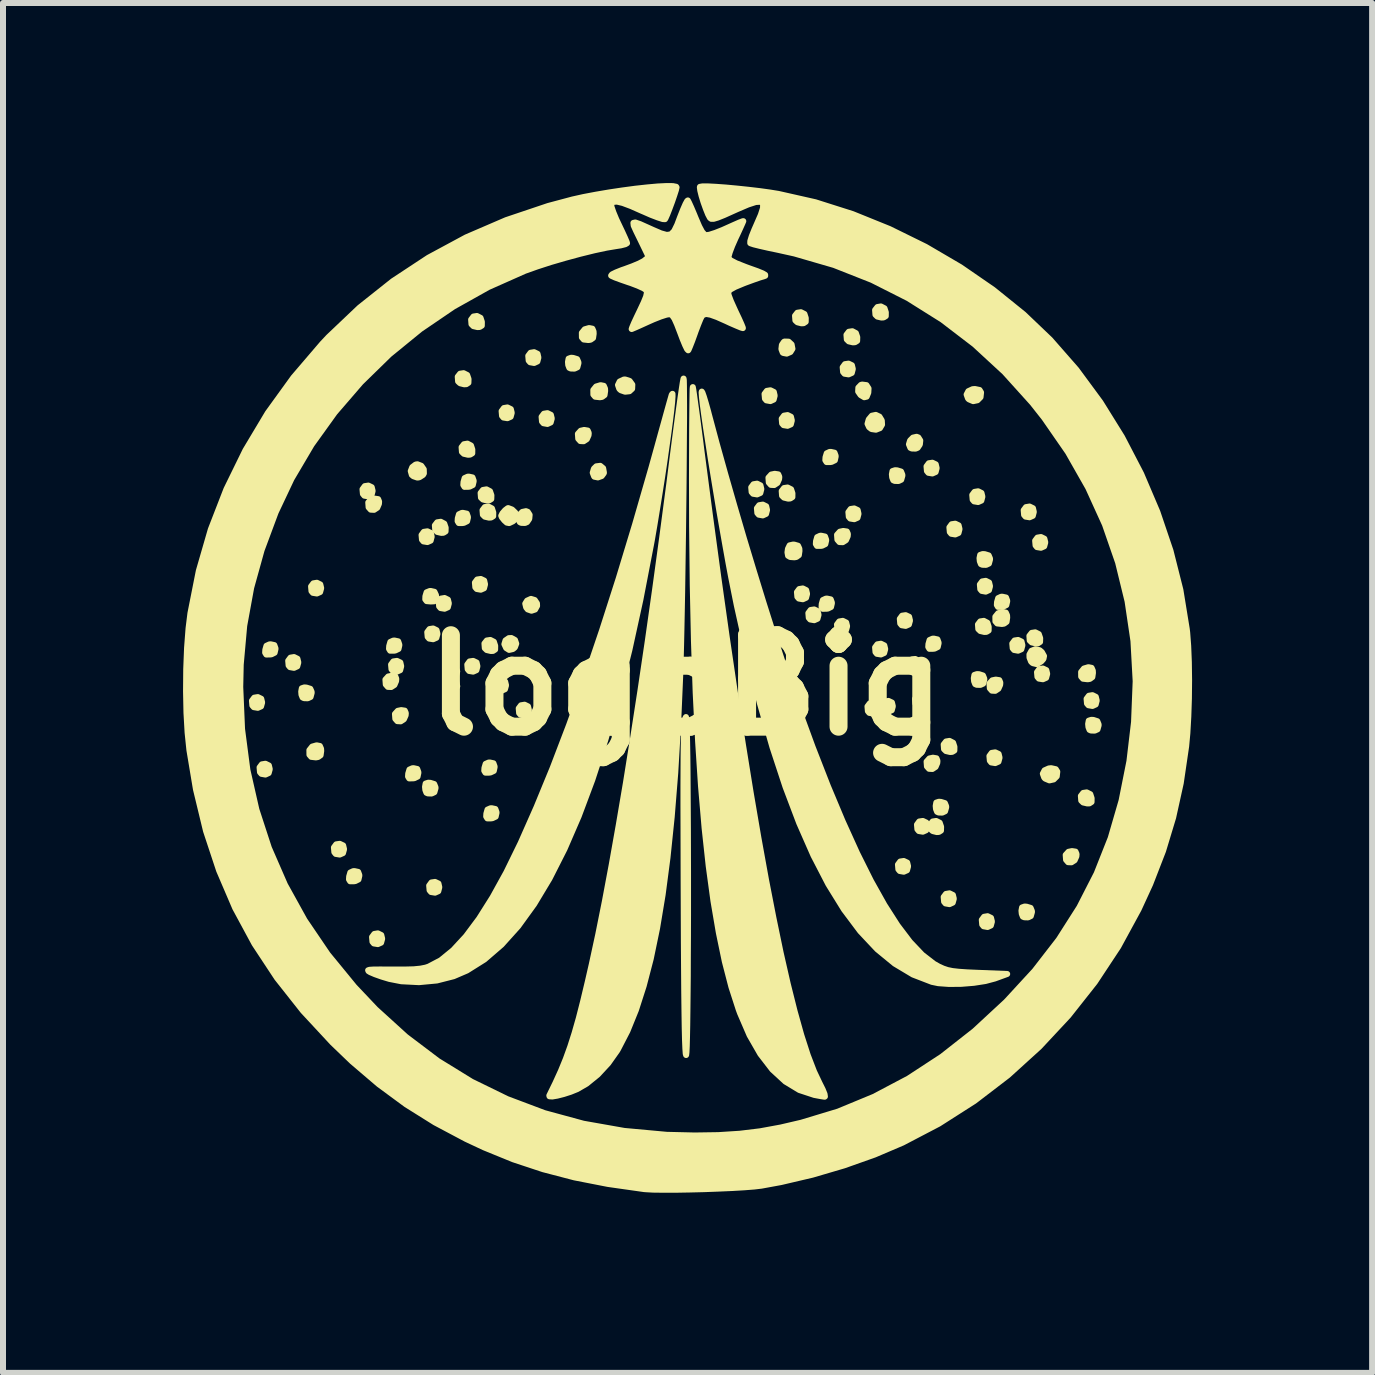
<source format=kicad_pcb>
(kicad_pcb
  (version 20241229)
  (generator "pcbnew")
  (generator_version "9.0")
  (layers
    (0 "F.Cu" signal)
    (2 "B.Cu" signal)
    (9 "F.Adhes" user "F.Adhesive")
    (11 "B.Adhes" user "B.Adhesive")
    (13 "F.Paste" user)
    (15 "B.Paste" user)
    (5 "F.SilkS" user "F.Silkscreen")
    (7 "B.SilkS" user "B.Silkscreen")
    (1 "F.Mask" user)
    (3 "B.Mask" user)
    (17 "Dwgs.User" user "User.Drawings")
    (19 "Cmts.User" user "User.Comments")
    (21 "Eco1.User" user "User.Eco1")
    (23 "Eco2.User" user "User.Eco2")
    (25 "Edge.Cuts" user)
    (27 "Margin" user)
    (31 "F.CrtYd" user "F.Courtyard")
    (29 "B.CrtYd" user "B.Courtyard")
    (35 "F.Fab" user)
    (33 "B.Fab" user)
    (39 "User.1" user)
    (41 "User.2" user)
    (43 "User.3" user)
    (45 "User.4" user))
  (footprint "logoBig"
    (layer "F.Cu")
    (at 8.382 8.369)
    (property "Reference" "logoBig" (at 0 0 0) (layer "F.SilkS") (effects (font (size 1.524 1.524) (thickness 0.3))))
    (attr through_hole)
    (fp_poly (pts (xy -7.064 0.286) (xy -7.082 0.351) (xy -7.136 0.375) (xy -7.203 0.364) (xy -7.227 0.336) (xy -7.234 0.257) (xy -7.196 0.206) (xy -7.136 0.196) (xy -7.079 0.224) (xy -7.064 0.286)) (stroke (width 0.1) (type solid)) (fill yes) (layer "F.SilkS"))
    (fp_poly (pts (xy -6.937 1.397) (xy -6.955 1.462) (xy -7.009 1.487) (xy -7.076 1.475) (xy -7.1 1.447) (xy -7.107 1.368) (xy -7.069 1.317) (xy -7.009 1.307) (xy -6.952 1.335) (xy -6.937 1.397)) (stroke (width 0.1) (type solid)) (fill yes) (layer "F.SilkS"))
    (fp_poly (pts (xy -6.461 -0.381) (xy -6.479 -0.316) (xy -6.533 -0.291) (xy -6.6 -0.303) (xy -6.623 -0.331) (xy -6.63 -0.41) (xy -6.592 -0.461) (xy -6.533 -0.471) (xy -6.476 -0.443) (xy -6.461 -0.381)) (stroke (width 0.1) (type solid)) (fill yes) (layer "F.SilkS"))
    (fp_poly (pts (xy -6.08 -1.619) (xy -6.098 -1.554) (xy -6.152 -1.53) (xy -6.219 -1.541) (xy -6.242 -1.569) (xy -6.249 -1.648) (xy -6.211 -1.699) (xy -6.152 -1.709) (xy -6.095 -1.681) (xy -6.08 -1.619)) (stroke (width 0.1) (type solid)) (fill yes) (layer "F.SilkS"))
    (fp_poly (pts (xy -5.699 2.731) (xy -5.717 2.796) (xy -5.771 2.82) (xy -5.838 2.809) (xy -5.861 2.78) (xy -5.868 2.702) (xy -5.83 2.65) (xy -5.771 2.641) (xy -5.714 2.668) (xy -5.699 2.731)) (stroke (width 0.1) (type solid)) (fill yes) (layer "F.SilkS"))
    (fp_poly (pts (xy -5.223 -3.239) (xy -5.24 -3.173) (xy -5.294 -3.149) (xy -5.361 -3.16) (xy -5.385 -3.189) (xy -5.392 -3.267) (xy -5.354 -3.319) (xy -5.294 -3.328) (xy -5.238 -3.301) (xy -5.223 -3.239)) (stroke (width 0.1) (type solid)) (fill yes) (layer "F.SilkS"))
    (fp_poly (pts (xy -5.064 4.223) (xy -5.082 4.288) (xy -5.136 4.312) (xy -5.203 4.301) (xy -5.226 4.273) (xy -5.233 4.194) (xy -5.195 4.143) (xy -5.136 4.133) (xy -5.079 4.161) (xy -5.064 4.223)) (stroke (width 0.1) (type solid)) (fill yes) (layer "F.SilkS"))
    (fp_poly (pts (xy -4.747 -0.318) (xy -4.764 -0.252) (xy -4.818 -0.228) (xy -4.885 -0.239) (xy -4.909 -0.268) (xy -4.916 -0.346) (xy -4.878 -0.398) (xy -4.818 -0.407) (xy -4.761 -0.38) (xy -4.747 -0.318)) (stroke (width 0.1) (type solid)) (fill yes) (layer "F.SilkS"))
    (fp_poly (pts (xy -4.239 -2.477) (xy -4.256 -2.411) (xy -4.31 -2.387) (xy -4.377 -2.398) (xy -4.401 -2.427) (xy -4.408 -2.505) (xy -4.37 -2.557) (xy -4.31 -2.566) (xy -4.253 -2.539) (xy -4.239 -2.477)) (stroke (width 0.1) (type solid)) (fill yes) (layer "F.SilkS"))
    (fp_poly (pts (xy -4.143 -0.857) (xy -4.161 -0.792) (xy -4.215 -0.768) (xy -4.282 -0.779) (xy -4.306 -0.807) (xy -4.313 -0.886) (xy -4.275 -0.937) (xy -4.215 -0.947) (xy -4.158 -0.919) (xy -4.143 -0.857)) (stroke (width 0.1) (type solid)) (fill yes) (layer "F.SilkS"))
    (fp_poly (pts (xy -4.112 3.365) (xy -4.129 3.431) (xy -4.183 3.455) (xy -4.25 3.444) (xy -4.274 3.415) (xy -4.281 3.337) (xy -4.243 3.285) (xy -4.183 3.276) (xy -4.126 3.303) (xy -4.112 3.365)) (stroke (width 0.1) (type solid)) (fill yes) (layer "F.SilkS"))
    (fp_poly (pts (xy -3.953 -1.365) (xy -3.97 -1.3) (xy -4.024 -1.276) (xy -4.091 -1.287) (xy -4.115 -1.315) (xy -4.122 -1.394) (xy -4.084 -1.445) (xy -4.024 -1.455) (xy -3.968 -1.427) (xy -3.953 -1.365)) (stroke (width 0.1) (type solid)) (fill yes) (layer "F.SilkS"))
    (fp_poly (pts (xy -3.477 -0.318) (xy -3.494 -0.252) (xy -3.548 -0.228) (xy -3.615 -0.239) (xy -3.639 -0.268) (xy -3.646 -0.346) (xy -3.608 -0.398) (xy -3.548 -0.407) (xy -3.491 -0.38) (xy -3.477 -0.318)) (stroke (width 0.1) (type solid)) (fill yes) (layer "F.SilkS"))
    (fp_poly (pts (xy -3.35 -1.683) (xy -3.367 -1.617) (xy -3.421 -1.593) (xy -3.488 -1.605) (xy -3.512 -1.633) (xy -3.519 -1.712) (xy -3.481 -1.763) (xy -3.421 -1.772) (xy -3.364 -1.745) (xy -3.35 -1.683)) (stroke (width 0.1) (type solid)) (fill yes) (layer "F.SilkS"))
    (fp_poly (pts (xy -3 0) (xy -3.018 0.065) (xy -3.072 0.09) (xy -3.139 0.078) (xy -3.163 0.05) (xy -3.17 -0.029) (xy -3.132 -0.08) (xy -3.072 -0.09) (xy -3.015 -0.062) (xy -3 0)) (stroke (width 0.1) (type solid)) (fill yes) (layer "F.SilkS"))
    (fp_poly (pts (xy -2.905 -4.54) (xy -2.923 -4.475) (xy -2.977 -4.451) (xy -3.044 -4.462) (xy -3.067 -4.49) (xy -3.074 -4.569) (xy -3.036 -4.62) (xy -2.977 -4.63) (xy -2.92 -4.602) (xy -2.905 -4.54)) (stroke (width 0.1) (type solid)) (fill yes) (layer "F.SilkS"))
    (fp_poly (pts (xy -2.619 0.413) (xy -2.637 0.478) (xy -2.691 0.502) (xy -2.758 0.491) (xy -2.782 0.463) (xy -2.789 0.384) (xy -2.751 0.333) (xy -2.691 0.323) (xy -2.634 0.351) (xy -2.619 0.413)) (stroke (width 0.1) (type solid)) (fill yes) (layer "F.SilkS"))
    (fp_poly (pts (xy -2.461 -5.461) (xy -2.478 -5.396) (xy -2.532 -5.371) (xy -2.599 -5.383) (xy -2.623 -5.411) (xy -2.63 -5.49) (xy -2.592 -5.541) (xy -2.532 -5.551) (xy -2.475 -5.523) (xy -2.461 -5.461)) (stroke (width 0.1) (type solid)) (fill yes) (layer "F.SilkS"))
    (fp_poly (pts (xy -2.238 -4.445) (xy -2.256 -4.38) (xy -2.31 -4.355) (xy -2.377 -4.367) (xy -2.401 -4.395) (xy -2.408 -4.474) (xy -2.37 -4.525) (xy -2.31 -4.535) (xy -2.253 -4.507) (xy -2.238 -4.445)) (stroke (width 0.1) (type solid)) (fill yes) (layer "F.SilkS"))
    (fp_poly (pts (xy 1.254 -3.27) (xy 1.237 -3.205) (xy 1.183 -3.181) (xy 1.116 -3.192) (xy 1.092 -3.22) (xy 1.085 -3.299) (xy 1.123 -3.35) (xy 1.183 -3.36) (xy 1.239 -3.332) (xy 1.254 -3.27)) (stroke (width 0.1) (type solid)) (fill yes) (layer "F.SilkS"))
    (fp_poly (pts (xy 1.349 -2.921) (xy 1.332 -2.856) (xy 1.278 -2.831) (xy 1.211 -2.843) (xy 1.187 -2.871) (xy 1.18 -2.95) (xy 1.218 -3.001) (xy 1.278 -3.011) (xy 1.335 -2.983) (xy 1.349 -2.921)) (stroke (width 0.1) (type solid)) (fill yes) (layer "F.SilkS"))
    (fp_poly (pts (xy 1.476 -4.826) (xy 1.459 -4.761) (xy 1.405 -4.736) (xy 1.338 -4.748) (xy 1.314 -4.776) (xy 1.307 -4.855) (xy 1.345 -4.906) (xy 1.405 -4.916) (xy 1.462 -4.888) (xy 1.476 -4.826)) (stroke (width 0.1) (type solid)) (fill yes) (layer "F.SilkS"))
    (fp_poly (pts (xy 1.762 -4.413) (xy 1.745 -4.348) (xy 1.691 -4.324) (xy 1.624 -4.335) (xy 1.6 -4.363) (xy 1.593 -4.442) (xy 1.631 -4.493) (xy 1.691 -4.503) (xy 1.747 -4.475) (xy 1.762 -4.413)) (stroke (width 0.1) (type solid)) (fill yes) (layer "F.SilkS"))
    (fp_poly (pts (xy 2.016 -1.524) (xy 1.999 -1.459) (xy 1.945 -1.434) (xy 1.878 -1.446) (xy 1.854 -1.474) (xy 1.847 -1.553) (xy 1.885 -1.604) (xy 1.945 -1.614) (xy 2.001 -1.586) (xy 2.016 -1.524)) (stroke (width 0.1) (type solid)) (fill yes) (layer "F.SilkS"))
    (fp_poly (pts (xy 2.207 -1.175) (xy 2.189 -1.109) (xy 2.135 -1.085) (xy 2.068 -1.097) (xy 2.044 -1.125) (xy 2.037 -1.204) (xy 2.075 -1.255) (xy 2.135 -1.264) (xy 2.192 -1.237) (xy 2.207 -1.175)) (stroke (width 0.1) (type solid)) (fill yes) (layer "F.SilkS"))
    (fp_poly (pts (xy 2.683 -0.984) (xy 2.665 -0.919) (xy 2.611 -0.895) (xy 2.544 -0.906) (xy 2.521 -0.934) (xy 2.514 -1.013) (xy 2.552 -1.064) (xy 2.611 -1.074) (xy 2.668 -1.046) (xy 2.683 -0.984)) (stroke (width 0.1) (type solid)) (fill yes) (layer "F.SilkS"))
    (fp_poly (pts (xy 2.778 -5.271) (xy 2.761 -5.205) (xy 2.707 -5.181) (xy 2.64 -5.192) (xy 2.616 -5.221) (xy 2.609 -5.299) (xy 2.647 -5.351) (xy 2.707 -5.36) (xy 2.763 -5.333) (xy 2.778 -5.271)) (stroke (width 0.1) (type solid)) (fill yes) (layer "F.SilkS"))
    (fp_poly (pts (xy 2.873 -2.857) (xy 2.856 -2.792) (xy 2.802 -2.768) (xy 2.735 -2.779) (xy 2.711 -2.808) (xy 2.704 -2.886) (xy 2.742 -2.938) (xy 2.802 -2.947) (xy 2.859 -2.92) (xy 2.873 -2.857)) (stroke (width 0.1) (type solid)) (fill yes) (layer "F.SilkS"))
    (fp_poly (pts (xy 3.191 0.381) (xy 3.173 0.446) (xy 3.119 0.471) (xy 3.052 0.459) (xy 3.029 0.431) (xy 3.022 0.352) (xy 3.06 0.301) (xy 3.119 0.291) (xy 3.176 0.319) (xy 3.191 0.381)) (stroke (width 0.1) (type solid)) (fill yes) (layer "F.SilkS"))
    (fp_poly (pts (xy 3.318 -0.603) (xy 3.3 -0.538) (xy 3.246 -0.514) (xy 3.179 -0.525) (xy 3.156 -0.553) (xy 3.149 -0.632) (xy 3.187 -0.683) (xy 3.246 -0.693) (xy 3.303 -0.665) (xy 3.318 -0.603)) (stroke (width 0.1) (type solid)) (fill yes) (layer "F.SilkS"))
    (fp_poly (pts (xy 3.445 0.349) (xy 3.427 0.415) (xy 3.373 0.439) (xy 3.306 0.427) (xy 3.283 0.399) (xy 3.276 0.32) (xy 3.314 0.269) (xy 3.373 0.26) (xy 3.43 0.287) (xy 3.445 0.349)) (stroke (width 0.1) (type solid)) (fill yes) (layer "F.SilkS"))
    (fp_poly (pts (xy 3.699 3.016) (xy 3.681 3.082) (xy 3.627 3.106) (xy 3.56 3.094) (xy 3.537 3.066) (xy 3.53 2.987) (xy 3.568 2.936) (xy 3.627 2.927) (xy 3.684 2.954) (xy 3.699 3.016)) (stroke (width 0.1) (type solid)) (fill yes) (layer "F.SilkS"))
    (fp_poly (pts (xy 3.731 -1.079) (xy 3.713 -1.014) (xy 3.659 -0.99) (xy 3.592 -1.001) (xy 3.568 -1.03) (xy 3.561 -1.108) (xy 3.599 -1.16) (xy 3.659 -1.169) (xy 3.716 -1.142) (xy 3.731 -1.079)) (stroke (width 0.1) (type solid)) (fill yes) (layer "F.SilkS"))
    (fp_poly (pts (xy 3.889 -0.349) (xy 3.872 -0.284) (xy 3.818 -0.26) (xy 3.751 -0.271) (xy 3.727 -0.299) (xy 3.72 -0.378) (xy 3.758 -0.429) (xy 3.818 -0.439) (xy 3.875 -0.411) (xy 3.889 -0.349)) (stroke (width 0.1) (type solid)) (fill yes) (layer "F.SilkS"))
    (fp_poly (pts (xy 3.985 0.254) (xy 3.967 0.319) (xy 3.913 0.344) (xy 3.846 0.332) (xy 3.822 0.304) (xy 3.815 0.225) (xy 3.853 0.174) (xy 3.913 0.164) (xy 3.97 0.192) (xy 3.985 0.254)) (stroke (width 0.1) (type solid)) (fill yes) (layer "F.SilkS"))
    (fp_poly (pts (xy 4.016 2.349) (xy 3.999 2.415) (xy 3.945 2.439) (xy 3.878 2.428) (xy 3.854 2.399) (xy 3.847 2.321) (xy 3.885 2.269) (xy 3.945 2.26) (xy 4.002 2.287) (xy 4.016 2.349)) (stroke (width 0.1) (type solid)) (fill yes) (layer "F.SilkS"))
    (fp_poly (pts (xy 4.175 -3.619) (xy 4.158 -3.554) (xy 4.104 -3.53) (xy 4.037 -3.541) (xy 4.013 -3.57) (xy 4.006 -3.648) (xy 4.044 -3.7) (xy 4.104 -3.709) (xy 4.16 -3.682) (xy 4.175 -3.619)) (stroke (width 0.1) (type solid)) (fill yes) (layer "F.SilkS"))
    (fp_poly (pts (xy 4.461 3.556) (xy 4.443 3.621) (xy 4.389 3.646) (xy 4.322 3.634) (xy 4.299 3.606) (xy 4.292 3.527) (xy 4.33 3.476) (xy 4.389 3.466) (xy 4.446 3.494) (xy 4.461 3.556)) (stroke (width 0.1) (type solid)) (fill yes) (layer "F.SilkS"))
    (fp_poly (pts (xy 4.556 -2.603) (xy 4.539 -2.538) (xy 4.485 -2.514) (xy 4.418 -2.525) (xy 4.394 -2.554) (xy 4.387 -2.632) (xy 4.425 -2.684) (xy 4.485 -2.693) (xy 4.541 -2.666) (xy 4.556 -2.603)) (stroke (width 0.1) (type solid)) (fill yes) (layer "F.SilkS"))
    (fp_poly (pts (xy 4.937 -3.143) (xy 4.92 -3.078) (xy 4.866 -3.054) (xy 4.799 -3.065) (xy 4.775 -3.093) (xy 4.768 -3.172) (xy 4.806 -3.223) (xy 4.866 -3.233) (xy 4.922 -3.205) (xy 4.937 -3.143)) (stroke (width 0.1) (type solid)) (fill yes) (layer "F.SilkS"))
    (fp_poly (pts (xy 5.064 -1.651) (xy 5.047 -1.586) (xy 4.993 -1.561) (xy 4.926 -1.573) (xy 4.902 -1.601) (xy 4.895 -1.68) (xy 4.933 -1.731) (xy 4.993 -1.741) (xy 5.049 -1.713) (xy 5.064 -1.651)) (stroke (width 0.1) (type solid)) (fill yes) (layer "F.SilkS"))
    (fp_poly (pts (xy 5.096 3.937) (xy 5.078 4.002) (xy 5.024 4.027) (xy 4.957 4.015) (xy 4.934 3.987) (xy 4.927 3.908) (xy 4.965 3.857) (xy 5.024 3.847) (xy 5.081 3.875) (xy 5.096 3.937)) (stroke (width 0.1) (type solid)) (fill yes) (layer "F.SilkS"))
    (fp_poly (pts (xy 5.223 1.206) (xy 5.205 1.272) (xy 5.151 1.296) (xy 5.084 1.285) (xy 5.061 1.256) (xy 5.054 1.178) (xy 5.092 1.126) (xy 5.151 1.117) (xy 5.208 1.144) (xy 5.223 1.206)) (stroke (width 0.1) (type solid)) (fill yes) (layer "F.SilkS"))
    (fp_poly (pts (xy 5.604 -0.667) (xy 5.586 -0.601) (xy 5.532 -0.577) (xy 5.465 -0.589) (xy 5.442 -0.617) (xy 5.435 -0.696) (xy 5.473 -0.747) (xy 5.532 -0.756) (xy 5.589 -0.729) (xy 5.604 -0.667)) (stroke (width 0.1) (type solid)) (fill yes) (layer "F.SilkS"))
    (fp_poly (pts (xy 5.794 -2.889) (xy 5.777 -2.824) (xy 5.723 -2.8) (xy 5.656 -2.811) (xy 5.632 -2.839) (xy 5.625 -2.918) (xy 5.663 -2.969) (xy 5.723 -2.979) (xy 5.78 -2.951) (xy 5.794 -2.889)) (stroke (width 0.1) (type solid)) (fill yes) (layer "F.SilkS"))
    (fp_poly (pts (xy 5.985 -2.381) (xy 5.967 -2.316) (xy 5.913 -2.292) (xy 5.846 -2.303) (xy 5.823 -2.331) (xy 5.816 -2.41) (xy 5.854 -2.461) (xy 5.913 -2.471) (xy 5.97 -2.443) (xy 5.985 -2.381)) (stroke (width 0.1) (type solid)) (fill yes) (layer "F.SilkS"))
    (fp_poly (pts (xy 6.017 -0.191) (xy 5.999 -0.125) (xy 5.945 -0.101) (xy 5.878 -0.112) (xy 5.854 -0.141) (xy 5.847 -0.219) (xy 5.885 -0.271) (xy 5.945 -0.28) (xy 6.002 -0.253) (xy 6.017 -0.191)) (stroke (width 0.1) (type solid)) (fill yes) (layer "F.SilkS"))
    (fp_poly (pts (xy 6.842 0.254) (xy 6.825 0.319) (xy 6.771 0.344) (xy 6.704 0.332) (xy 6.68 0.304) (xy 6.673 0.225) (xy 6.711 0.174) (xy 6.771 0.164) (xy 6.827 0.192) (xy 6.842 0.254)) (stroke (width 0.1) (type solid)) (fill yes) (layer "F.SilkS"))
    (fp_poly (pts (xy -5.115 -3.062) (xy -5.118 -3.024) (xy -5.146 -2.959) (xy -5.199 -2.924) (xy -5.255 -2.927) (xy -5.29 -2.966) (xy -5.296 -3.047) (xy -5.249 -3.099) (xy -5.19 -3.111) (xy -5.131 -3.102) (xy -5.115 -3.062)) (stroke (width 0.1) (type solid)) (fill yes) (layer "F.SilkS"))
    (fp_poly (pts (xy -4.829 -0.11) (xy -4.832 -0.071) (xy -4.86 -0.006) (xy -4.913 0.028) (xy -4.969 0.026) (xy -5.004 -0.014) (xy -5.01 -0.095) (xy -4.963 -0.147) (xy -4.904 -0.159) (xy -4.845 -0.15) (xy -4.829 -0.11)) (stroke (width 0.1) (type solid)) (fill yes) (layer "F.SilkS"))
    (fp_poly (pts (xy -4.67 0.462) (xy -4.673 0.5) (xy -4.702 0.565) (xy -4.755 0.6) (xy -4.811 0.597) (xy -4.845 0.558) (xy -4.851 0.477) (xy -4.804 0.425) (xy -4.746 0.413) (xy -4.687 0.422) (xy -4.67 0.462)) (stroke (width 0.1) (type solid)) (fill yes) (layer "F.SilkS"))
    (fp_poly (pts (xy -4.006 -2.627) (xy -4.008 -2.564) (xy -4.043 -2.542) (xy -4.079 -2.54) (xy -4.147 -2.556) (xy -4.18 -2.588) (xy -4.186 -2.665) (xy -4.147 -2.716) (xy -4.088 -2.725) (xy -4.029 -2.694) (xy -4.006 -2.627)) (stroke (width 0.1) (type solid)) (fill yes) (layer "F.SilkS"))
    (fp_poly (pts (xy -3.625 -5.104) (xy -3.627 -5.041) (xy -3.662 -5.018) (xy -3.698 -5.016) (xy -3.766 -5.033) (xy -3.799 -5.064) (xy -3.805 -5.142) (xy -3.766 -5.192) (xy -3.707 -5.201) (xy -3.648 -5.171) (xy -3.625 -5.104)) (stroke (width 0.1) (type solid)) (fill yes) (layer "F.SilkS"))
    (fp_poly (pts (xy -3.562 -3.929) (xy -3.563 -3.866) (xy -3.599 -3.844) (xy -3.634 -3.842) (xy -3.703 -3.858) (xy -3.735 -3.889) (xy -3.741 -3.967) (xy -3.702 -4.017) (xy -3.643 -4.027) (xy -3.584 -3.996) (xy -3.562 -3.929)) (stroke (width 0.1) (type solid)) (fill yes) (layer "F.SilkS"))
    (fp_poly (pts (xy -3.403 -6.056) (xy -3.404 -5.993) (xy -3.44 -5.971) (xy -3.476 -5.969) (xy -3.544 -5.985) (xy -3.576 -6.017) (xy -3.582 -6.094) (xy -3.543 -6.145) (xy -3.485 -6.154) (xy -3.425 -6.123) (xy -3.403 -6.056)) (stroke (width 0.1) (type solid)) (fill yes) (layer "F.SilkS"))
    (fp_poly (pts (xy -3.244 -3.167) (xy -3.246 -3.104) (xy -3.281 -3.082) (xy -3.317 -3.08) (xy -3.385 -3.096) (xy -3.418 -3.127) (xy -3.424 -3.205) (xy -3.385 -3.255) (xy -3.326 -3.265) (xy -3.267 -3.234) (xy -3.244 -3.167)) (stroke (width 0.1) (type solid)) (fill yes) (layer "F.SilkS"))
    (fp_poly (pts (xy -3.213 -2.881) (xy -3.214 -2.818) (xy -3.249 -2.796) (xy -3.285 -2.794) (xy -3.353 -2.81) (xy -3.386 -2.842) (xy -3.392 -2.919) (xy -3.353 -2.97) (xy -3.294 -2.979) (xy -3.235 -2.948) (xy -3.213 -2.881)) (stroke (width 0.1) (type solid)) (fill yes) (layer "F.SilkS"))
    (fp_poly (pts (xy -3.181 -0.659) (xy -3.182 -0.596) (xy -3.218 -0.573) (xy -3.253 -0.572) (xy -3.322 -0.588) (xy -3.354 -0.619) (xy -3.36 -0.697) (xy -3.321 -0.747) (xy -3.262 -0.756) (xy -3.203 -0.726) (xy -3.181 -0.659)) (stroke (width 0.1) (type solid)) (fill yes) (layer "F.SilkS"))
    (fp_poly (pts (xy -2.83 -0.694) (xy -2.853 -0.632) (xy -2.885 -0.605) (xy -2.949 -0.59) (xy -2.998 -0.621) (xy -3.028 -0.686) (xy -3.009 -0.748) (xy -2.954 -0.786) (xy -2.911 -0.788) (xy -2.851 -0.755) (xy -2.83 -0.694)) (stroke (width 0.1) (type solid)) (fill yes) (layer "F.SilkS"))
    (fp_poly (pts (xy -2.483 -1.323) (xy -2.516 -1.263) (xy -2.576 -1.243) (xy -2.639 -1.265) (xy -2.665 -1.298) (xy -2.68 -1.361) (xy -2.649 -1.411) (xy -2.585 -1.44) (xy -2.522 -1.421) (xy -2.485 -1.366) (xy -2.483 -1.323)) (stroke (width 0.1) (type solid)) (fill yes) (layer "F.SilkS"))
    (fp_poly (pts (xy -1.622 -4.205) (xy -1.625 -4.167) (xy -1.654 -4.102) (xy -1.707 -4.067) (xy -1.763 -4.07) (xy -1.797 -4.109) (xy -1.803 -4.19) (xy -1.756 -4.242) (xy -1.698 -4.255) (xy -1.639 -4.245) (xy -1.622 -4.205)) (stroke (width 0.1) (type solid)) (fill yes) (layer "F.SilkS"))
    (fp_poly (pts (xy 1.553 -3.475) (xy 1.55 -3.437) (xy 1.521 -3.372) (xy 1.468 -3.337) (xy 1.412 -3.34) (xy 1.378 -3.379) (xy 1.372 -3.46) (xy 1.419 -3.512) (xy 1.477 -3.524) (xy 1.536 -3.515) (xy 1.553 -3.475)) (stroke (width 0.1) (type solid)) (fill yes) (layer "F.SilkS"))
    (fp_poly (pts (xy 1.772 -3.199) (xy 1.771 -3.136) (xy 1.735 -3.113) (xy 1.7 -3.111) (xy 1.631 -3.128) (xy 1.599 -3.159) (xy 1.593 -3.237) (xy 1.632 -3.287) (xy 1.691 -3.296) (xy 1.75 -3.266) (xy 1.772 -3.199)) (stroke (width 0.1) (type solid)) (fill yes) (layer "F.SilkS"))
    (fp_poly (pts (xy 1.994 -6.12) (xy 1.993 -6.057) (xy 1.958 -6.034) (xy 1.922 -6.032) (xy 1.854 -6.049) (xy 1.821 -6.08) (xy 1.815 -6.158) (xy 1.854 -6.208) (xy 1.913 -6.217) (xy 1.972 -6.187) (xy 1.994 -6.12)) (stroke (width 0.1) (type solid)) (fill yes) (layer "F.SilkS"))
    (fp_poly (pts (xy 2.696 -2.523) (xy 2.693 -2.484) (xy 2.664 -2.419) (xy 2.611 -2.385) (xy 2.555 -2.387) (xy 2.521 -2.427) (xy 2.515 -2.508) (xy 2.562 -2.56) (xy 2.62 -2.572) (xy 2.679 -2.563) (xy 2.696 -2.523)) (stroke (width 0.1) (type solid)) (fill yes) (layer "F.SilkS"))
    (fp_poly (pts (xy 2.852 -5.802) (xy 2.85 -5.739) (xy 2.815 -5.717) (xy 2.779 -5.715) (xy 2.711 -5.731) (xy 2.678 -5.763) (xy 2.672 -5.84) (xy 2.711 -5.891) (xy 2.77 -5.9) (xy 2.829 -5.869) (xy 2.852 -5.802)) (stroke (width 0.1) (type solid)) (fill yes) (layer "F.SilkS"))
    (fp_poly (pts (xy 3.04 -4.947) (xy 3.036 -4.876) (xy 3.009 -4.81) (xy 2.969 -4.8) (xy 2.908 -4.836) (xy 2.867 -4.895) (xy 2.87 -4.96) (xy 2.914 -5.006) (xy 2.933 -5.011) (xy 3.005 -5.002) (xy 3.04 -4.947)) (stroke (width 0.1) (type solid)) (fill yes) (layer "F.SilkS"))
    (fp_poly (pts (xy 3.328 -6.215) (xy 3.327 -6.152) (xy 3.291 -6.13) (xy 3.255 -6.128) (xy 3.187 -6.144) (xy 3.155 -6.175) (xy 3.149 -6.253) (xy 3.188 -6.303) (xy 3.246 -6.313) (xy 3.306 -6.282) (xy 3.328 -6.215)) (stroke (width 0.1) (type solid)) (fill yes) (layer "F.SilkS"))
    (fp_poly (pts (xy 4.188 1.256) (xy 4.185 1.294) (xy 4.157 1.359) (xy 4.104 1.394) (xy 4.048 1.391) (xy 4.013 1.352) (xy 4.007 1.271) (xy 4.054 1.219) (xy 4.113 1.206) (xy 4.172 1.216) (xy 4.188 1.256)) (stroke (width 0.1) (type solid)) (fill yes) (layer "F.SilkS"))
    (fp_poly (pts (xy 4.249 2.357) (xy 4.247 2.421) (xy 4.212 2.443) (xy 4.176 2.445) (xy 4.108 2.428) (xy 4.075 2.397) (xy 4.069 2.32) (xy 4.108 2.269) (xy 4.167 2.26) (xy 4.226 2.29) (xy 4.249 2.357)) (stroke (width 0.1) (type solid)) (fill yes) (layer "F.SilkS"))
    (fp_poly (pts (xy 4.471 1.024) (xy 4.47 1.087) (xy 4.434 1.109) (xy 4.398 1.111) (xy 4.33 1.095) (xy 4.298 1.064) (xy 4.292 0.986) (xy 4.331 0.936) (xy 4.389 0.926) (xy 4.449 0.957) (xy 4.471 1.024)) (stroke (width 0.1) (type solid)) (fill yes) (layer "F.SilkS"))
    (fp_poly (pts (xy 5.042 -0.976) (xy 5.041 -0.913) (xy 5.006 -0.891) (xy 4.97 -0.889) (xy 4.902 -0.905) (xy 4.869 -0.937) (xy 4.863 -1.014) (xy 4.902 -1.065) (xy 4.961 -1.074) (xy 5.02 -1.043) (xy 5.042 -0.976)) (stroke (width 0.1) (type solid)) (fill yes) (layer "F.SilkS"))
    (fp_poly (pts (xy 5.236 -0.046) (xy 5.233 -0.008) (xy 5.204 0.057) (xy 5.151 0.092) (xy 5.095 0.089) (xy 5.061 0.05) (xy 5.055 -0.031) (xy 5.102 -0.083) (xy 5.16 -0.095) (xy 5.219 -0.086) (xy 5.236 -0.046)) (stroke (width 0.1) (type solid)) (fill yes) (layer "F.SilkS"))
    (fp_poly (pts (xy 5.9 -0.786) (xy 5.898 -0.723) (xy 5.863 -0.7) (xy 5.827 -0.699) (xy 5.759 -0.715) (xy 5.726 -0.746) (xy 5.72 -0.824) (xy 5.759 -0.874) (xy 5.818 -0.883) (xy 5.877 -0.853) (xy 5.9 -0.786)) (stroke (width 0.1) (type solid)) (fill yes) (layer "F.SilkS"))
    (fp_poly (pts (xy 6.506 2.811) (xy 6.503 2.85) (xy 6.474 2.915) (xy 6.421 2.949) (xy 6.365 2.947) (xy 6.331 2.907) (xy 6.325 2.826) (xy 6.372 2.774) (xy 6.43 2.762) (xy 6.489 2.771) (xy 6.506 2.811)) (stroke (width 0.1) (type solid)) (fill yes) (layer "F.SilkS"))
    (fp_poly (pts (xy 6.757 1.881) (xy 6.756 1.944) (xy 6.72 1.967) (xy 6.684 1.968) (xy 6.616 1.952) (xy 6.584 1.921) (xy 6.578 1.843) (xy 6.617 1.793) (xy 6.675 1.784) (xy 6.735 1.814) (xy 6.757 1.881)) (stroke (width 0.1) (type solid)) (fill yes) (layer "F.SilkS"))
    (fp_poly (pts (xy -6.08 1.095) (xy -6.09 1.165) (xy -6.131 1.194) (xy -6.168 1.201) (xy -6.246 1.192) (xy -6.276 1.157) (xy -6.277 1.08) (xy -6.23 1.021) (xy -6.156 1) (xy -6.102 1.011) (xy -6.082 1.057) (xy -6.08 1.095)) (stroke (width 0.1) (type solid)) (fill yes) (layer "F.SilkS"))
    (fp_poly (pts (xy -2.607 -2.841) (xy -2.613 -2.774) (xy -2.65 -2.72) (xy -2.684 -2.705) (xy -2.747 -2.707) (xy -2.771 -2.719) (xy -2.796 -2.778) (xy -2.776 -2.841) (xy -2.729 -2.889) (xy -2.668 -2.902) (xy -2.639 -2.891) (xy -2.607 -2.841)) (stroke (width 0.1) (type solid)) (fill yes) (layer "F.SilkS"))
    (fp_poly (pts (xy -1.54 -5.858) (xy -1.55 -5.788) (xy -1.591 -5.759) (xy -1.627 -5.753) (xy -1.706 -5.762) (xy -1.736 -5.797) (xy -1.737 -5.873) (xy -1.689 -5.932) (xy -1.616 -5.953) (xy -1.561 -5.942) (xy -1.542 -5.897) (xy -1.54 -5.858)) (stroke (width 0.1) (type solid)) (fill yes) (layer "F.SilkS"))
    (fp_poly (pts (xy -1.369 -3.544) (xy -1.371 -3.534) (xy -1.406 -3.487) (xy -1.47 -3.464) (xy -1.528 -3.476) (xy -1.533 -3.481) (xy -1.556 -3.542) (xy -1.536 -3.61) (xy -1.496 -3.649) (xy -1.43 -3.657) (xy -1.382 -3.617) (xy -1.369 -3.544)) (stroke (width 0.1) (type solid)) (fill yes) (layer "F.SilkS"))
    (fp_poly (pts (xy -1.349 -4.905) (xy -1.359 -4.836) (xy -1.4 -4.806) (xy -1.437 -4.8) (xy -1.515 -4.809) (xy -1.545 -4.844) (xy -1.546 -4.921) (xy -1.499 -4.979) (xy -1.425 -5.001) (xy -1.371 -4.99) (xy -1.351 -4.944) (xy -1.349 -4.905)) (stroke (width 0.1) (type solid)) (fill yes) (layer "F.SilkS"))
    (fp_poly (pts (xy -0.896 -5.01) (xy -0.899 -4.941) (xy -0.944 -4.9) (xy -1.016 -4.892) (xy -1.088 -4.917) (xy -1.113 -4.94) (xy -1.135 -5.004) (xy -1.107 -5.062) (xy -1.04 -5.094) (xy -1.016 -5.096) (xy -0.94 -5.071) (xy -0.896 -5.01)) (stroke (width 0.1) (type solid)) (fill yes) (layer "F.SilkS"))
    (fp_poly (pts (xy 1.772 -5.607) (xy 1.739 -5.554) (xy 1.677 -5.527) (xy 1.618 -5.538) (xy 1.61 -5.544) (xy 1.588 -5.602) (xy 1.596 -5.673) (xy 1.631 -5.724) (xy 1.639 -5.728) (xy 1.708 -5.726) (xy 1.758 -5.68) (xy 1.772 -5.607)) (stroke (width 0.1) (type solid)) (fill yes) (layer "F.SilkS"))
    (fp_poly (pts (xy 3.265 -4.344) (xy 3.23 -4.285) (xy 3.163 -4.259) (xy 3.089 -4.27) (xy 3.049 -4.301) (xy 3.023 -4.358) (xy 3.043 -4.43) (xy 3.095 -4.492) (xy 3.161 -4.506) (xy 3.222 -4.477) (xy 3.261 -4.413) (xy 3.265 -4.344)) (stroke (width 0.1) (type solid)) (fill yes) (layer "F.SilkS"))
    (fp_poly (pts (xy 3.902 -4.079) (xy 3.895 -4.013) (xy 3.858 -3.958) (xy 3.825 -3.944) (xy 3.761 -3.946) (xy 3.737 -3.957) (xy 3.713 -4.016) (xy 3.732 -4.079) (xy 3.78 -4.127) (xy 3.841 -4.141) (xy 3.87 -4.13) (xy 3.902 -4.079)) (stroke (width 0.1) (type solid)) (fill yes) (layer "F.SilkS"))
    (fp_poly (pts (xy 4.915 -4.88) (xy 4.906 -4.801) (xy 4.855 -4.75) (xy 4.784 -4.735) (xy 4.713 -4.765) (xy 4.697 -4.781) (xy 4.674 -4.845) (xy 4.703 -4.901) (xy 4.774 -4.934) (xy 4.813 -4.937) (xy 4.89 -4.921) (xy 4.915 -4.88)) (stroke (width 0.1) (type solid)) (fill yes) (layer "F.SilkS"))
    (fp_poly (pts (xy 5.35 -1.127) (xy 5.34 -1.058) (xy 5.299 -1.028) (xy 5.262 -1.022) (xy 5.184 -1.031) (xy 5.154 -1.066) (xy 5.153 -1.143) (xy 5.2 -1.201) (xy 5.274 -1.222) (xy 5.328 -1.211) (xy 5.348 -1.166) (xy 5.35 -1.127)) (stroke (width 0.1) (type solid)) (fill yes) (layer "F.SilkS"))
    (fp_poly (pts (xy 6.185 1.438) (xy 6.176 1.517) (xy 6.125 1.568) (xy 6.054 1.584) (xy 5.983 1.554) (xy 5.967 1.537) (xy 5.944 1.473) (xy 5.973 1.417) (xy 6.044 1.385) (xy 6.083 1.381) (xy 6.16 1.398) (xy 6.185 1.438)) (stroke (width 0.1) (type solid)) (fill yes) (layer "F.SilkS"))
    (fp_poly (pts (xy 6.779 -0.206) (xy 6.769 -0.137) (xy 6.728 -0.107) (xy 6.691 -0.101) (xy 6.613 -0.11) (xy 6.583 -0.145) (xy 6.582 -0.222) (xy 6.629 -0.28) (xy 6.703 -0.302) (xy 6.757 -0.291) (xy 6.777 -0.245) (xy 6.779 -0.206)) (stroke (width 0.1) (type solid)) (fill yes) (layer "F.SilkS"))
    (fp_poly (pts (xy -6.842 -0.603) (xy -6.856 -0.543) (xy -6.908 -0.517) (xy -6.932 -0.514) (xy -6.995 -0.513) (xy -7.014 -0.544) (xy -7.011 -0.593) (xy -6.992 -0.659) (xy -6.942 -0.682) (xy -6.921 -0.683) (xy -6.861 -0.67) (xy -6.842 -0.618) (xy -6.842 -0.603)) (stroke (width 0.1) (type solid)) (fill yes) (layer "F.SilkS"))
    (fp_poly (pts (xy -6.239 0.127) (xy -6.257 0.194) (xy -6.304 0.216) (xy -6.367 0.214) (xy -6.391 0.202) (xy -6.409 0.156) (xy -6.413 0.104) (xy -6.403 0.049) (xy -6.361 0.035) (xy -6.326 0.038) (xy -6.261 0.058) (xy -6.239 0.109) (xy -6.239 0.127)) (stroke (width 0.1) (type solid)) (fill yes) (layer "F.SilkS"))
    (fp_poly (pts (xy -5.445 3.175) (xy -5.459 3.235) (xy -5.511 3.261) (xy -5.535 3.265) (xy -5.598 3.265) (xy -5.617 3.234) (xy -5.614 3.185) (xy -5.595 3.119) (xy -5.545 3.096) (xy -5.524 3.096) (xy -5.464 3.109) (xy -5.445 3.16) (xy -5.445 3.175)) (stroke (width 0.1) (type solid)) (fill yes) (layer "F.SilkS"))
    (fp_poly (pts (xy -4.778 -0.667) (xy -4.792 -0.606) (xy -4.844 -0.581) (xy -4.868 -0.577) (xy -4.931 -0.577) (xy -4.95 -0.608) (xy -4.947 -0.656) (xy -4.928 -0.723) (xy -4.879 -0.745) (xy -4.858 -0.746) (xy -4.797 -0.733) (xy -4.779 -0.681) (xy -4.778 -0.667)) (stroke (width 0.1) (type solid)) (fill yes) (layer "F.SilkS"))
    (fp_poly (pts (xy -4.461 1.46) (xy -4.474 1.521) (xy -4.527 1.547) (xy -4.551 1.55) (xy -4.614 1.551) (xy -4.633 1.52) (xy -4.63 1.471) (xy -4.61 1.404) (xy -4.561 1.382) (xy -4.54 1.381) (xy -4.48 1.394) (xy -4.461 1.446) (xy -4.461 1.46)) (stroke (width 0.1) (type solid)) (fill yes) (layer "F.SilkS"))
    (fp_poly (pts (xy -4.369 -3.531) (xy -4.383 -3.506) (xy -4.444 -3.467) (xy -4.477 -3.461) (xy -4.544 -3.484) (xy -4.57 -3.506) (xy -4.588 -3.57) (xy -4.563 -3.635) (xy -4.507 -3.678) (xy -4.477 -3.683) (xy -4.412 -3.658) (xy -4.371 -3.599) (xy -4.369 -3.531)) (stroke (width 0.1) (type solid)) (fill yes) (layer "F.SilkS"))
    (fp_poly (pts (xy -4.175 1.714) (xy -4.194 1.781) (xy -4.24 1.803) (xy -4.303 1.801) (xy -4.327 1.79) (xy -4.345 1.743) (xy -4.35 1.691) (xy -4.34 1.637) (xy -4.297 1.623) (xy -4.262 1.625) (xy -4.197 1.645) (xy -4.176 1.697) (xy -4.175 1.714)) (stroke (width 0.1) (type solid)) (fill yes) (layer "F.SilkS"))
    (fp_poly (pts (xy -4.165 -1.484) (xy -4.165 -1.424) (xy -4.197 -1.4) (xy -4.255 -1.397) (xy -4.323 -1.403) (xy -4.346 -1.433) (xy -4.344 -1.484) (xy -4.324 -1.55) (xy -4.272 -1.571) (xy -4.255 -1.572) (xy -4.193 -1.558) (xy -4.168 -1.504) (xy -4.165 -1.484)) (stroke (width 0.1) (type solid)) (fill yes) (layer "F.SilkS"))
    (fp_poly (pts (xy -3.635 -2.794) (xy -3.649 -2.734) (xy -3.701 -2.708) (xy -3.725 -2.704) (xy -3.788 -2.704) (xy -3.807 -2.735) (xy -3.804 -2.784) (xy -3.785 -2.85) (xy -3.736 -2.873) (xy -3.715 -2.873) (xy -3.654 -2.86) (xy -3.636 -2.809) (xy -3.635 -2.794)) (stroke (width 0.1) (type solid)) (fill yes) (layer "F.SilkS"))
    (fp_poly (pts (xy -3.54 -3.397) (xy -3.554 -3.337) (xy -3.606 -3.311) (xy -3.63 -3.308) (xy -3.693 -3.307) (xy -3.712 -3.338) (xy -3.709 -3.387) (xy -3.69 -3.453) (xy -3.64 -3.476) (xy -3.619 -3.477) (xy -3.559 -3.464) (xy -3.54 -3.412) (xy -3.54 -3.397)) (stroke (width 0.1) (type solid)) (fill yes) (layer "F.SilkS"))
    (fp_poly (pts (xy -3.191 1.365) (xy -3.204 1.426) (xy -3.257 1.451) (xy -3.281 1.455) (xy -3.344 1.455) (xy -3.363 1.424) (xy -3.36 1.376) (xy -3.34 1.309) (xy -3.291 1.287) (xy -3.27 1.286) (xy -3.21 1.299) (xy -3.191 1.351) (xy -3.191 1.365)) (stroke (width 0.1) (type solid)) (fill yes) (layer "F.SilkS"))
    (fp_poly (pts (xy -3.159 2.127) (xy -3.173 2.188) (xy -3.225 2.213) (xy -3.249 2.217) (xy -3.312 2.217) (xy -3.331 2.186) (xy -3.328 2.138) (xy -3.309 2.071) (xy -3.259 2.049) (xy -3.239 2.048) (xy -3.178 2.061) (xy -3.159 2.113) (xy -3.159 2.127)) (stroke (width 0.1) (type solid)) (fill yes) (layer "F.SilkS"))
    (fp_poly (pts (xy -1.794 -5.366) (xy -1.812 -5.299) (xy -1.859 -5.277) (xy -1.922 -5.279) (xy -1.946 -5.29) (xy -1.964 -5.337) (xy -1.968 -5.389) (xy -1.958 -5.443) (xy -1.916 -5.458) (xy -1.881 -5.455) (xy -1.816 -5.435) (xy -1.794 -5.383) (xy -1.794 -5.366)) (stroke (width 0.1) (type solid)) (fill yes) (layer "F.SilkS"))
    (fp_poly (pts (xy 2.334 -2.413) (xy 2.32 -2.353) (xy 2.268 -2.327) (xy 2.244 -2.323) (xy 2.181 -2.323) (xy 2.162 -2.354) (xy 2.165 -2.403) (xy 2.184 -2.469) (xy 2.233 -2.492) (xy 2.254 -2.492) (xy 2.315 -2.479) (xy 2.333 -2.428) (xy 2.334 -2.413)) (stroke (width 0.1) (type solid)) (fill yes) (layer "F.SilkS"))
    (fp_poly (pts (xy 2.429 -1.365) (xy 2.415 -1.305) (xy 2.363 -1.279) (xy 2.339 -1.276) (xy 2.276 -1.275) (xy 2.257 -1.306) (xy 2.26 -1.355) (xy 2.279 -1.421) (xy 2.329 -1.444) (xy 2.349 -1.445) (xy 2.41 -1.432) (xy 2.429 -1.38) (xy 2.429 -1.365)) (stroke (width 0.1) (type solid)) (fill yes) (layer "F.SilkS"))
    (fp_poly (pts (xy 2.492 -3.81) (xy 2.479 -3.75) (xy 2.426 -3.724) (xy 2.403 -3.72) (xy 2.34 -3.72) (xy 2.32 -3.751) (xy 2.323 -3.8) (xy 2.343 -3.866) (xy 2.392 -3.889) (xy 2.413 -3.889) (xy 2.473 -3.876) (xy 2.492 -3.825) (xy 2.492 -3.81)) (stroke (width 0.1) (type solid)) (fill yes) (layer "F.SilkS"))
    (fp_poly (pts (xy 3.604 -3.493) (xy 3.585 -3.426) (xy 3.539 -3.404) (xy 3.476 -3.406) (xy 3.452 -3.417) (xy 3.434 -3.464) (xy 3.429 -3.516) (xy 3.439 -3.57) (xy 3.482 -3.584) (xy 3.516 -3.582) (xy 3.582 -3.562) (xy 3.603 -3.51) (xy 3.604 -3.493)) (stroke (width 0.1) (type solid)) (fill yes) (layer "F.SilkS"))
    (fp_poly (pts (xy 4.207 -0.699) (xy 4.193 -0.638) (xy 4.141 -0.612) (xy 4.117 -0.609) (xy 4.054 -0.608) (xy 4.035 -0.639) (xy 4.038 -0.688) (xy 4.057 -0.755) (xy 4.107 -0.777) (xy 4.128 -0.778) (xy 4.188 -0.765) (xy 4.207 -0.713) (xy 4.207 -0.699)) (stroke (width 0.1) (type solid)) (fill yes) (layer "F.SilkS"))
    (fp_poly (pts (xy 4.334 2.032) (xy 4.315 2.099) (xy 4.269 2.121) (xy 4.206 2.119) (xy 4.182 2.107) (xy 4.164 2.061) (xy 4.159 2.009) (xy 4.169 1.954) (xy 4.212 1.94) (xy 4.247 1.943) (xy 4.312 1.963) (xy 4.333 2.014) (xy 4.334 2.032)) (stroke (width 0.1) (type solid)) (fill yes) (layer "F.SilkS"))
    (fp_poly (pts (xy 4.969 -0.095) (xy 4.95 -0.028) (xy 4.904 -0.007) (xy 4.841 -0.009) (xy 4.817 -0.02) (xy 4.799 -0.066) (xy 4.794 -0.119) (xy 4.804 -0.173) (xy 4.847 -0.187) (xy 4.882 -0.185) (xy 4.947 -0.164) (xy 4.968 -0.113) (xy 4.969 -0.095)) (stroke (width 0.1) (type solid)) (fill yes) (layer "F.SilkS"))
    (fp_poly (pts (xy 5.064 -2.095) (xy 5.046 -2.029) (xy 4.999 -2.007) (xy 4.936 -2.009) (xy 4.912 -2.02) (xy 4.894 -2.067) (xy 4.889 -2.119) (xy 4.9 -2.173) (xy 4.942 -2.187) (xy 4.977 -2.185) (xy 5.042 -2.165) (xy 5.064 -2.113) (xy 5.064 -2.095)) (stroke (width 0.1) (type solid)) (fill yes) (layer "F.SilkS"))
    (fp_poly (pts (xy 5.35 -1.397) (xy 5.336 -1.337) (xy 5.284 -1.311) (xy 5.26 -1.307) (xy 5.197 -1.307) (xy 5.178 -1.338) (xy 5.181 -1.387) (xy 5.2 -1.453) (xy 5.25 -1.476) (xy 5.271 -1.476) (xy 5.331 -1.463) (xy 5.35 -1.412) (xy 5.35 -1.397)) (stroke (width 0.1) (type solid)) (fill yes) (layer "F.SilkS"))
    (fp_poly (pts (xy 5.763 3.778) (xy 5.744 3.845) (xy 5.698 3.867) (xy 5.635 3.865) (xy 5.611 3.854) (xy 5.593 3.807) (xy 5.588 3.755) (xy 5.598 3.701) (xy 5.641 3.686) (xy 5.675 3.689) (xy 5.741 3.709) (xy 5.762 3.761) (xy 5.763 3.778)) (stroke (width 0.1) (type solid)) (fill yes) (layer "F.SilkS"))
    (fp_poly (pts (xy 5.964 -0.488) (xy 5.954 -0.439) (xy 5.919 -0.399) (xy 5.844 -0.353) (xy 5.775 -0.37) (xy 5.748 -0.395) (xy 5.722 -0.462) (xy 5.721 -0.514) (xy 5.755 -0.576) (xy 5.82 -0.601) (xy 5.891 -0.585) (xy 5.928 -0.553) (xy 5.964 -0.488)) (stroke (width 0.1) (type solid)) (fill yes) (layer "F.SilkS"))
    (fp_poly (pts (xy 6.874 0.667) (xy 6.855 0.734) (xy 6.809 0.755) (xy 6.746 0.753) (xy 6.722 0.742) (xy 6.704 0.696) (xy 6.699 0.643) (xy 6.709 0.589) (xy 6.752 0.575) (xy 6.787 0.577) (xy 6.852 0.598) (xy 6.873 0.649) (xy 6.874 0.667)) (stroke (width 0.1) (type solid)) (fill yes) (layer "F.SilkS"))
    (fp_poly (pts (xy 1.889 -2.238) (xy 1.879 -2.169) (xy 1.838 -2.139) (xy 1.805 -2.133) (xy 1.735 -2.138) (xy 1.699 -2.159) (xy 1.689 -2.215) (xy 1.697 -2.274) (xy 1.725 -2.332) (xy 1.782 -2.345) (xy 1.803 -2.344) (xy 1.865 -2.326) (xy 1.887 -2.278) (xy 1.889 -2.238)) (stroke (width 0.1) (type solid)) (fill yes) (layer "F.SilkS"))
    (fp_poly (pts (xy -2.826 -2.826) (xy -2.851 -2.762) (xy -2.887 -2.732) (xy -2.948 -2.703) (xy -2.988 -2.711) (xy -3.03 -2.749) (xy -3.07 -2.8) (xy -3.08 -2.826) (xy -3.06 -2.866) (xy -3.016 -2.917) (xy -2.973 -2.95) (xy -2.964 -2.953) (xy -2.9 -2.929) (xy -2.845 -2.876) (xy -2.826 -2.826)) (stroke (width 0.1) (type solid)) (fill yes) (layer "F.SilkS"))
    (fp_poly (pts (xy -3.813 0.016) (xy -3.848 0.073) (xy -3.92 0.095) (xy -3.981 0.082) (xy -4 0.032) (xy -4 0.018) (xy -3.989 -0.049) (xy -3.969 -0.079) (xy -3.958 -0.119) (xy -3.974 -0.156) (xy -3.996 -0.232) (xy -3.97 -0.293) (xy -3.906 -0.317) (xy -3.905 -0.318) (xy -3.841 -0.292) (xy -3.814 -0.232) (xy -3.832 -0.163) (xy -3.846 -0.091) (xy -3.832 -0.06) (xy -3.813 0.016)) (stroke (width 0.1) (type solid)) (fill yes) (layer "F.SilkS"))
    (fp_poly (pts (xy 0.032 3.465) (xy 0.032 3.828) (xy 0.031 4.184) (xy 0.029 4.526) (xy 0.028 4.851) (xy 0.025 5.152) (xy 0.022 5.424) (xy 0.019 5.661) (xy 0.015 5.859) (xy 0.011 6.011) (xy 0.006 6.113) (xy 0.001 6.158) (xy 0.000162 6.16) (xy -0.006 6.138) (xy -0.012 6.054) (xy -0.018 5.908) (xy -0.023 5.7) (xy -0.027 5.432) (xy -0.031 5.103) (xy -0.034 4.715) (xy -0.037 4.268) (xy -0.039 3.764) (xy -0.039 3.731) (xy -0.041 3.21) (xy -0.042 2.75) (xy -0.043 2.345) (xy -0.044 1.993) (xy -0.044 1.69) (xy -0.043 1.432) (xy -0.042 1.215) (xy -0.04 1.037) (xy -0.037 0.892) (xy -0.034 0.778) (xy -0.03 0.69) (xy -0.026 0.626) (xy -0.02 0.581) (xy -0.013 0.551) (xy -0.006 0.534) (xy -0.002 0.529) (xy 0.004 0.554) (xy 0.009 0.637) (xy 0.013 0.773) (xy 0.017 0.956) (xy 0.021 1.181) (xy 0.024 1.442) (xy 0.026 1.734) (xy 0.028 2.051) (xy 0.03 2.388) (xy 0.031 2.74) (xy 0.032 3.101) (xy 0.032 3.465)) (stroke (width 0.1) (type solid)) (fill yes) (layer "F.SilkS"))
    (fp_poly (pts (xy 2.313 6.852) (xy 2.308 6.855) (xy 2.255 6.847) (xy 2.168 6.831) (xy 2.136 6.825) (xy 1.887 6.743) (xy 1.654 6.602) (xy 1.437 6.402) (xy 1.238 6.144) (xy 1.058 5.831) (xy 0.9 5.465) (xy 0.876 5.4) (xy 0.755 5.025) (xy 0.645 4.6) (xy 0.546 4.123) (xy 0.456 3.594) (xy 0.377 3.012) (xy 0.308 2.375) (xy 0.249 1.683) (xy 0.2 0.933) (xy 0.16 0.126) (xy 0.131 -0.739) (xy 0.111 -1.665) (xy 0.1 -2.652) (xy 0.098 -3.445) (xy 0.099 -3.751) (xy 0.1 -4.036) (xy 0.101 -4.294) (xy 0.103 -4.519) (xy 0.105 -4.705) (xy 0.107 -4.846) (xy 0.109 -4.936) (xy 0.112 -4.969) (xy 0.112 -4.969) (xy 0.119 -4.931) (xy 0.133 -4.837) (xy 0.152 -4.696) (xy 0.177 -4.516) (xy 0.205 -4.303) (xy 0.236 -4.066) (xy 0.254 -3.921) (xy 0.397 -2.831) (xy 0.537 -1.796) (xy 0.675 -0.816) (xy 0.811 0.109) (xy 0.945 0.977) (xy 1.076 1.789) (xy 1.205 2.543) (xy 1.331 3.239) (xy 1.455 3.876) (xy 1.575 4.455) (xy 1.693 4.973) (xy 1.808 5.431) (xy 1.919 5.828) (xy 2.027 6.163) (xy 2.132 6.436) (xy 2.223 6.628) (xy 2.275 6.732) (xy 2.307 6.811) (xy 2.313 6.852)) (stroke (width 0.1) (type solid)) (fill yes) (layer "F.SilkS"))
    (fp_poly (pts (xy 5.35 4.81) (xy 5.144 4.885) (xy 4.987 4.927) (xy 4.794 4.957) (xy 4.585 4.974) (xy 4.381 4.976) (xy 4.202 4.963) (xy 4.096 4.941) (xy 3.78 4.819) (xy 3.476 4.637) (xy 3.184 4.397) (xy 2.902 4.097) (xy 2.632 3.737) (xy 2.372 3.317) (xy 2.123 2.836) (xy 1.885 2.295) (xy 1.657 1.693) (xy 1.439 1.03) (xy 1.231 0.304) (xy 1.034 -0.483) (xy 0.845 -1.333) (xy 0.797 -1.572) (xy 0.753 -1.793) (xy 0.706 -2.044) (xy 0.657 -2.318) (xy 0.606 -2.608) (xy 0.554 -2.907) (xy 0.504 -3.208) (xy 0.455 -3.505) (xy 0.409 -3.79) (xy 0.368 -4.057) (xy 0.331 -4.299) (xy 0.301 -4.509) (xy 0.278 -4.681) (xy 0.264 -4.806) (xy 0.259 -4.879) (xy 0.261 -4.894) (xy 0.272 -4.877) (xy 0.296 -4.809) (xy 0.329 -4.699) (xy 0.368 -4.559) (xy 0.378 -4.519) (xy 0.507 -4.038) (xy 0.65 -3.526) (xy 0.803 -2.993) (xy 0.962 -2.45) (xy 1.126 -1.908) (xy 1.289 -1.378) (xy 1.45 -0.87) (xy 1.605 -0.394) (xy 1.75 0.038) (xy 1.846 0.312) (xy 2.107 1.026) (xy 2.361 1.677) (xy 2.608 2.266) (xy 2.847 2.793) (xy 3.079 3.258) (xy 3.304 3.66) (xy 3.521 3.999) (xy 3.731 4.276) (xy 3.933 4.489) (xy 4.128 4.64) (xy 4.211 4.687) (xy 4.284 4.72) (xy 4.355 4.744) (xy 4.437 4.761) (xy 4.542 4.773) (xy 4.685 4.783) (xy 4.867 4.791) (xy 5.35 4.81)) (stroke (width 0.1) (type solid)) (fill yes) (layer "F.SilkS"))
    (fp_poly (pts (xy -0.226 -4.816) (xy -0.232 -4.724) (xy -0.246 -4.588) (xy -0.267 -4.415) (xy -0.294 -4.21) (xy -0.326 -3.98) (xy -0.361 -3.731) (xy -0.4 -3.469) (xy -0.442 -3.201) (xy -0.485 -2.932) (xy -0.528 -2.669) (xy -0.571 -2.419) (xy -0.59 -2.318) (xy -0.762 -1.426) (xy -0.945 -0.59) (xy -1.14 0.189) (xy -1.346 0.911) (xy -1.563 1.575) (xy -1.79 2.182) (xy -2.027 2.729) (xy -2.275 3.218) (xy -2.532 3.646) (xy -2.799 4.015) (xy -3.075 4.322) (xy -3.36 4.568) (xy -3.653 4.752) (xy -3.874 4.847) (xy -4.153 4.918) (xy -4.451 4.946) (xy -4.745 4.931) (xy -4.944 4.892) (xy -5.07 4.854) (xy -5.183 4.814) (xy -5.26 4.781) (xy -5.261 4.781) (xy -5.292 4.762) (xy -5.298 4.748) (xy -5.273 4.74) (xy -5.208 4.736) (xy -5.097 4.735) (xy -4.931 4.736) (xy -4.889 4.736) (xy -4.688 4.736) (xy -4.537 4.732) (xy -4.425 4.721) (xy -4.339 4.704) (xy -4.288 4.687) (xy -4.087 4.581) (xy -3.88 4.412) (xy -3.667 4.181) (xy -3.448 3.887) (xy -3.224 3.532) (xy -2.995 3.117) (xy -2.762 2.64) (xy -2.756 2.628) (xy -2.492 2.031) (xy -2.222 1.375) (xy -1.95 0.663) (xy -1.675 -0.103) (xy -1.399 -0.918) (xy -1.123 -1.779) (xy -0.849 -2.683) (xy -0.577 -3.626) (xy -0.473 -4) (xy -0.413 -4.218) (xy -0.358 -4.416) (xy -0.311 -4.586) (xy -0.274 -4.719) (xy -0.249 -4.807) (xy -0.239 -4.842) (xy -0.227 -4.857) (xy -0.226 -4.816)) (stroke (width 0.1) (type solid)) (fill yes) (layer "F.SilkS"))
    (fp_poly (pts (xy -0.034 -4.678) (xy -0.034 -4.454) (xy -0.036 -4.195) (xy -0.038 -3.907) (xy -0.04 -3.594) (xy -0.043 -3.264) (xy -0.047 -2.922) (xy -0.051 -2.573) (xy -0.056 -2.223) (xy -0.061 -1.879) (xy -0.066 -1.544) (xy -0.072 -1.226) (xy -0.078 -0.93) (xy -0.084 -0.661) (xy -0.09 -0.425) (xy -0.096 -0.229) (xy -0.097 -0.191) (xy -0.134 0.665) (xy -0.181 1.46) (xy -0.24 2.194) (xy -0.31 2.87) (xy -0.391 3.488) (xy -0.484 4.049) (xy -0.589 4.556) (xy -0.707 5.009) (xy -0.836 5.41) (xy -0.978 5.76) (xy -1.133 6.06) (xy -1.148 6.086) (xy -1.297 6.297) (xy -1.472 6.486) (xy -1.659 6.638) (xy -1.814 6.728) (xy -1.925 6.773) (xy -2.04 6.81) (xy -2.146 6.837) (xy -2.229 6.851) (xy -2.276 6.848) (xy -2.279 6.835) (xy -2.176 6.624) (xy -2.085 6.424) (xy -2.004 6.226) (xy -1.93 6.021) (xy -1.859 5.798) (xy -1.788 5.549) (xy -1.715 5.263) (xy -1.636 4.932) (xy -1.571 4.648) (xy -1.464 4.153) (xy -1.353 3.599) (xy -1.239 2.99) (xy -1.122 2.33) (xy -1.002 1.623) (xy -0.882 0.873) (xy -0.76 0.085) (xy -0.638 -0.738) (xy -0.517 -1.591) (xy -0.397 -2.47) (xy -0.278 -3.371) (xy -0.223 -3.809) (xy -0.187 -4.087) (xy -0.153 -4.346) (xy -0.122 -4.578) (xy -0.095 -4.776) (xy -0.072 -4.934) (xy -0.055 -5.046) (xy -0.044 -5.104) (xy -0.042 -5.111) (xy -0.038 -5.084) (xy -0.036 -4.999) (xy -0.035 -4.862) (xy -0.034 -4.678)) (stroke (width 0.1) (type solid)) (fill yes) (layer "F.SilkS"))
    (fp_poly (pts (xy 1.318 -6.824) (xy 1.294 -6.815) (xy 1.227 -6.795) (xy 1.121 -6.758) (xy 0.995 -6.712) (xy 0.956 -6.697) (xy 0.817 -6.639) (xy 0.734 -6.593) (xy 0.7 -6.554) (xy 0.699 -6.544) (xy 0.712 -6.492) (xy 0.747 -6.4) (xy 0.799 -6.284) (xy 0.826 -6.225) (xy 0.881 -6.109) (xy 0.922 -6.017) (xy 0.944 -5.962) (xy 0.946 -5.952) (xy 0.915 -5.961) (xy 0.84 -5.992) (xy 0.734 -6.038) (xy 0.67 -6.068) (xy 0.517 -6.136) (xy 0.409 -6.175) (xy 0.337 -6.188) (xy 0.289 -6.176) (xy 0.263 -6.152) (xy 0.239 -6.105) (xy 0.202 -6.014) (xy 0.158 -5.898) (xy 0.144 -5.858) (xy 0.101 -5.739) (xy 0.064 -5.645) (xy 0.04 -5.589) (xy 0.035 -5.582) (xy 0.017 -5.6) (xy -0.016 -5.668) (xy -0.059 -5.772) (xy -0.095 -5.868) (xy -0.151 -6.014) (xy -0.194 -6.11) (xy -0.231 -6.163) (xy -0.267 -6.184) (xy -0.272 -6.185) (xy -0.328 -6.176) (xy -0.425 -6.145) (xy -0.546 -6.097) (xy -0.616 -6.066) (xy -0.737 -6.011) (xy -0.833 -5.968) (xy -0.894 -5.942) (xy -0.907 -5.937) (xy -0.898 -5.964) (xy -0.868 -6.036) (xy -0.819 -6.141) (xy -0.772 -6.239) (xy -0.706 -6.38) (xy -0.667 -6.476) (xy -0.653 -6.538) (xy -0.659 -6.576) (xy -0.665 -6.586) (xy -0.712 -6.617) (xy -0.802 -6.658) (xy -0.92 -6.703) (xy -0.963 -6.717) (xy -1.084 -6.759) (xy -1.182 -6.795) (xy -1.24 -6.821) (xy -1.249 -6.827) (xy -1.234 -6.847) (xy -1.169 -6.879) (xy -1.069 -6.919) (xy -1.019 -6.936) (xy -0.892 -6.983) (xy -0.78 -7.03) (xy -0.704 -7.07) (xy -0.693 -7.079) (xy -0.622 -7.136) (xy -0.769 -7.44) (xy -0.834 -7.573) (xy -0.873 -7.66) (xy -0.878 -7.705) (xy -0.846 -7.712) (xy -0.768 -7.685) (xy -0.641 -7.628) (xy -0.557 -7.59) (xy -0.42 -7.531) (xy -0.323 -7.504) (xy -0.253 -7.514) (xy -0.199 -7.569) (xy -0.148 -7.673) (xy -0.099 -7.803) (xy -0.051 -7.925) (xy -0.01 -8.019) (xy 0.019 -8.072) (xy 0.029 -8.079) (xy 0.048 -8.043) (xy 0.085 -7.962) (xy 0.132 -7.851) (xy 0.159 -7.785) (xy 0.219 -7.645) (xy 0.266 -7.557) (xy 0.307 -7.511) (xy 0.335 -7.5) (xy 0.391 -7.508) (xy 0.488 -7.539) (xy 0.609 -7.587) (xy 0.676 -7.617) (xy 0.794 -7.67) (xy 0.887 -7.711) (xy 0.943 -7.732) (xy 0.953 -7.734) (xy 0.94 -7.703) (xy 0.906 -7.627) (xy 0.857 -7.52) (xy 0.823 -7.449) (xy 0.768 -7.324) (xy 0.727 -7.216) (xy 0.706 -7.141) (xy 0.705 -7.12) (xy 0.74 -7.082) (xy 0.834 -7.033) (xy 0.988 -6.972) (xy 1.045 -6.951) (xy 1.188 -6.9) (xy 1.276 -6.864) (xy 1.317 -6.84) (xy 1.318 -6.824)) (stroke (width 0.1) (type solid)) (fill yes) (layer "F.SilkS"))
    (fp_poly (pts (xy 8.381 -0.089) (xy 8.378 0.22) (xy 8.368 0.522) (xy 8.352 0.8) (xy 8.332 1.016) (xy 8.242 1.629) (xy 8.115 2.204) (xy 7.947 2.759) (xy 7.733 3.311) (xy 7.54 3.731) (xy 7.201 4.354) (xy 6.81 4.946) (xy 6.37 5.503) (xy 5.887 6.021) (xy 5.363 6.497) (xy 4.803 6.926) (xy 4.211 7.304) (xy 3.607 7.62) (xy 3.14 7.819) (xy 2.632 7.999) (xy 2.105 8.154) (xy 1.581 8.277) (xy 1.254 8.337) (xy 1.137 8.351) (xy 0.97 8.364) (xy 0.767 8.376) (xy 0.538 8.386) (xy 0.297 8.395) (xy 0.056 8.401) (xy -0.174 8.405) (xy -0.381 8.405) (xy -0.552 8.403) (xy -0.674 8.396) (xy -0.699 8.394) (xy -1.303 8.308) (xy -1.86 8.199) (xy -2.381 8.063) (xy -2.879 7.898) (xy -3.366 7.699) (xy -3.667 7.558) (xy -4.185 7.283) (xy -4.664 6.983) (xy -5.119 6.648) (xy -5.564 6.268) (xy -5.891 5.954) (xy -6.382 5.425) (xy -6.815 4.877) (xy -7.191 4.307) (xy -7.513 3.711) (xy -7.781 3.086) (xy -7.999 2.427) (xy -8.167 1.732) (xy -8.276 1.079) (xy -8.306 0.79) (xy -8.325 0.457) (xy -8.332 0.098) (xy -8.329 -0.268) (xy -8.315 -0.624) (xy -8.29 -0.951) (xy -8.259 -1.2) (xy -8.119 -1.907) (xy -7.919 -2.598) (xy -7.659 -3.268) (xy -7.342 -3.916) (xy -6.97 -4.538) (xy -6.542 -5.13) (xy -6.062 -5.691) (xy -5.958 -5.802) (xy -5.441 -6.293) (xy -4.886 -6.734) (xy -4.293 -7.125) (xy -3.664 -7.464) (xy -2.998 -7.751) (xy -2.297 -7.987) (xy -1.892 -8.095) (xy -1.708 -8.136) (xy -1.502 -8.175) (xy -1.284 -8.212) (xy -1.064 -8.245) (xy -0.848 -8.274) (xy -0.647 -8.296) (xy -0.47 -8.312) (xy -0.324 -8.319) (xy -0.22 -8.318) (xy -0.165 -8.307) (xy -0.159 -8.298) (xy -0.169 -8.253) (xy -0.197 -8.166) (xy -0.234 -8.058) (xy -0.276 -7.945) (xy -0.314 -7.847) (xy -0.343 -7.782) (xy -0.352 -7.767) (xy -0.388 -7.769) (xy -0.469 -7.795) (xy -0.584 -7.839) (xy -0.721 -7.899) (xy -0.729 -7.902) (xy -0.916 -7.985) (xy -1.055 -8.037) (xy -1.152 -8.06) (xy -1.214 -8.055) (xy -1.247 -8.024) (xy -1.249 -8.019) (xy -1.243 -7.973) (xy -1.213 -7.884) (xy -1.165 -7.768) (xy -1.125 -7.683) (xy -1.066 -7.559) (xy -1.019 -7.456) (xy -0.99 -7.388) (xy -0.984 -7.367) (xy -1.013 -7.35) (xy -1.087 -7.331) (xy -1.164 -7.319) (xy -1.326 -7.292) (xy -1.532 -7.248) (xy -1.767 -7.19) (xy -2.014 -7.123) (xy -2.258 -7.052) (xy -2.483 -6.979) (xy -2.674 -6.911) (xy -2.686 -6.907) (xy -3.296 -6.636) (xy -3.878 -6.31) (xy -4.429 -5.935) (xy -4.945 -5.514) (xy -5.421 -5.049) (xy -5.854 -4.547) (xy -6.24 -4.01) (xy -6.575 -3.442) (xy -6.839 -2.883) (xy -7.073 -2.254) (xy -7.247 -1.627) (xy -7.363 -0.993) (xy -7.421 -0.345) (xy -7.429 0.026) (xy -7.399 0.729) (xy -7.31 1.411) (xy -7.16 2.071) (xy -6.952 2.709) (xy -6.684 3.324) (xy -6.357 3.915) (xy -5.972 4.482) (xy -5.528 5.024) (xy -5.175 5.397) (xy -4.67 5.856) (xy -4.137 6.259) (xy -3.575 6.605) (xy -2.983 6.894) (xy -2.362 7.128) (xy -1.711 7.305) (xy -1.031 7.425) (xy -0.322 7.49) (xy 0.143 7.501) (xy 0.539 7.495) (xy 0.896 7.472) (xy 1.235 7.431) (xy 1.578 7.368) (xy 1.921 7.288) (xy 2.536 7.102) (xy 3.13 6.856) (xy 3.706 6.552) (xy 4.264 6.187) (xy 4.805 5.762) (xy 5.33 5.276) (xy 5.35 5.255) (xy 5.809 4.756) (xy 6.21 4.238) (xy 6.553 3.7) (xy 6.841 3.137) (xy 7.075 2.546) (xy 7.256 1.923) (xy 7.387 1.265) (xy 7.464 0.613) (xy 7.491 -0.068) (xy 7.454 -0.74) (xy 7.356 -1.401) (xy 7.198 -2.048) (xy 6.979 -2.68) (xy 6.7 -3.293) (xy 6.363 -3.886) (xy 5.968 -4.456) (xy 5.769 -4.708) (xy 5.307 -5.22) (xy 4.806 -5.682) (xy 4.269 -6.093) (xy 3.699 -6.451) (xy 3.097 -6.755) (xy 2.466 -7.004) (xy 1.808 -7.195) (xy 1.524 -7.258) (xy 1.366 -7.291) (xy 1.23 -7.322) (xy 1.129 -7.347) (xy 1.074 -7.365) (xy 1.069 -7.368) (xy 1.07 -7.404) (xy 1.095 -7.485) (xy 1.139 -7.595) (xy 1.176 -7.679) (xy 1.245 -7.838) (xy 1.282 -7.953) (xy 1.283 -8.026) (xy 1.243 -8.058) (xy 1.16 -8.053) (xy 1.031 -8.011) (xy 0.851 -7.934) (xy 0.782 -7.903) (xy 0.631 -7.835) (xy 0.526 -7.793) (xy 0.459 -7.773) (xy 0.419 -7.773) (xy 0.398 -7.788) (xy 0.367 -7.847) (xy 0.33 -7.939) (xy 0.291 -8.048) (xy 0.258 -8.156) (xy 0.236 -8.245) (xy 0.229 -8.299) (xy 0.231 -8.306) (xy 0.272 -8.313) (xy 0.364 -8.313) (xy 0.498 -8.306) (xy 0.662 -8.294) (xy 0.844 -8.277) (xy 1.035 -8.257) (xy 1.223 -8.235) (xy 1.396 -8.211) (xy 1.538 -8.188) (xy 2.153 -8.049) (xy 2.773 -7.852) (xy 3.388 -7.603) (xy 3.99 -7.307) (xy 4.569 -6.968) (xy 5.116 -6.591) (xy 5.623 -6.182) (xy 6.066 -5.759) (xy 6.502 -5.261) (xy 6.903 -4.717) (xy 7.264 -4.136) (xy 7.582 -3.524) (xy 7.852 -2.89) (xy 8.071 -2.243) (xy 8.236 -1.59) (xy 8.342 -0.939) (xy 8.349 -0.882) (xy 8.366 -0.658) (xy 8.377 -0.387) (xy 8.381 -0.089)) (stroke (width 0.1) (type solid)) (fill yes) (layer "F.SilkS")))
  (gr_rect
    (start -3 -3)
    (end 19.813 19.825)
    (stroke (width 0.1) (type default))
    (fill no)
    (layer "Edge.Cuts")))
</source>
